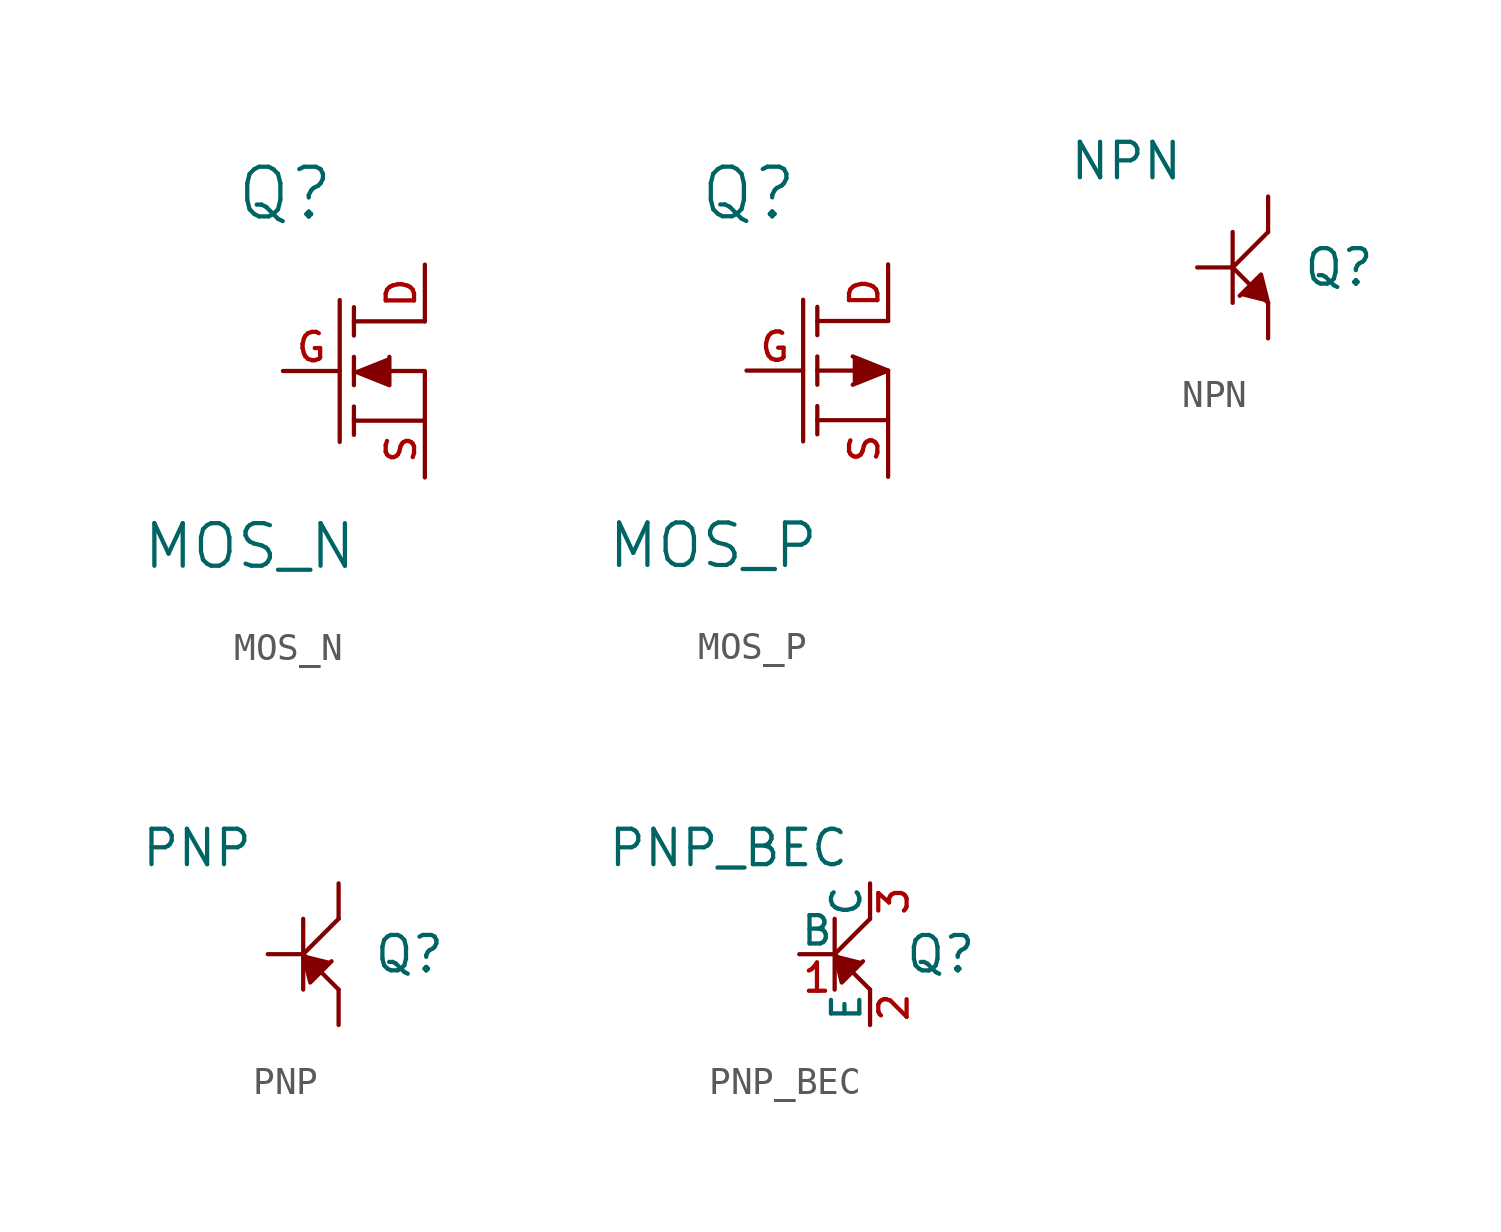
<source format=kicad_sym>
(kicad_symbol_lib
  (version 20220914)
  (generator kicad_symbol_editor)
  (symbol "MOS_N"
    (pin_names
      (offset 0.762) hide)
    (property "Reference" "Q"
      (at -2.464 6.35 0)
      (effects (font (size 1.778 1.778))))
    (property "Value" "MOS_N"
      (at -3.734 -6.274 0)
      (effects (font (size 1.524 1.524))))
    (property "Footprint" ""
      (at 0 0 0)
      (effects (font (size 1.524 1.524))))
    (property "Datasheet" ""
      (at 0 0 0)
      (effects (font (size 1.524 1.524))))
    (symbol "MOS_N_0_1"
      (polyline (pts (xy -0.508 2.54) (xy -0.508 -2.54) (xy -0.508 -2.54)) (stroke (width 0) (type solid)) (fill (type outline)))
      (polyline (pts (xy 0 -2.286) (xy 0 -1.27) (xy 0 -1.27)) (stroke (width 0) (type solid)) (fill (type outline)))
      (polyline (pts (xy 0 -0.508) (xy 0 0.508) (xy 0 0.508)) (stroke (width 0) (type solid)) (fill (type outline)))
      (polyline (pts (xy 0 1.27) (xy 0 2.286) (xy 0 2.286)) (stroke (width 0) (type solid)) (fill (type outline)))
      (polyline (pts (xy 0 1.778) (xy 2.54 1.778) (xy 2.54 1.778)) (stroke (width 0) (type solid)) (fill (type none)))
      (polyline (pts (xy 1.27 0.508) (xy 1.27 -0.508) (xy 0 0) (xy 0 0)) (stroke (width 0) (type solid)) (fill (type outline)))
      (polyline (pts (xy 0 -1.778) (xy 2.54 -1.778) (xy 2.54 0) (xy 1.27 0) (xy 1.27 0)) (stroke (width 0) (type solid)) (fill (type none))))
    (symbol "MOS_N_1_1"
      (pin passive line (at 2.54 3.81 270) (length 2.032) (name "D" (effects (font (size 1.016 1.016)))) (number "D" (effects (font (size 1.016 1.016)))))
      (pin input line (at -2.54 0 0) (length 2.032) (name "G" (effects (font (size 1.016 1.016)))) (number "G" (effects (font (size 1.016 1.016)))))
      (pin passive line (at 2.54 -3.81 90) (length 2.032) (name "S" (effects (font (size 1.016 1.016)))) (number "S" (effects (font (size 1.016 1.016)))))))
  (symbol "MOS_P"
    (pin_names
      (offset 0.762) hide)
    (property "Reference" "Q"
      (at -2.464 6.35 0)
      (effects (font (size 1.778 1.778))))
    (property "Value" "MOS_P"
      (at -3.734 -6.274 0)
      (effects (font (size 1.524 1.524))))
    (property "Footprint" ""
      (at 0 0 0)
      (effects (font (size 1.524 1.524))))
    (property "Datasheet" ""
      (at 0 0 0)
      (effects (font (size 1.524 1.524))))
    (symbol "MOS_P_0_1"
      (polyline (pts (xy -0.508 2.54) (xy -0.508 -2.54) (xy -0.508 -2.54)) (stroke (width 0) (type solid)) (fill (type outline)))
      (polyline (pts (xy 0 -2.286) (xy 0 -1.27) (xy 0 -1.27)) (stroke (width 0) (type solid)) (fill (type outline)))
      (polyline (pts (xy 0 -0.508) (xy 0 0.508) (xy 0 0.508)) (stroke (width 0) (type solid)) (fill (type outline)))
      (polyline (pts (xy 0 1.27) (xy 0 2.286) (xy 0 2.286)) (stroke (width 0) (type solid)) (fill (type outline)))
      (polyline (pts (xy 0 1.778) (xy 2.54 1.778) (xy 2.54 1.778)) (stroke (width 0) (type solid)) (fill (type none)))
      (polyline (pts (xy 1.27 0.508) (xy 2.54 0) (xy 1.27 -0.508) (xy 1.27 -0.508)) (stroke (width 0) (type solid)) (fill (type outline)))
      (polyline (pts (xy 0 -1.778) (xy 2.54 -1.778) (xy 2.54 0) (xy 0 0) (xy 0 0)) (stroke (width 0) (type solid)) (fill (type none))))
    (symbol "MOS_P_1_1"
      (pin passive line (at 2.54 3.81 270) (length 2.032) (name "D" (effects (font (size 1.016 1.016)))) (number "D" (effects (font (size 1.016 1.016)))))
      (pin input line (at -2.54 0 0) (length 2.032) (name "G" (effects (font (size 1.016 1.016)))) (number "G" (effects (font (size 1.016 1.016)))))
      (pin passive line (at 2.54 -3.81 90) (length 2.032) (name "S" (effects (font (size 1.016 1.016)))) (number "S" (effects (font (size 1.016 1.016)))))))
  (symbol "NPN"
    (pin_numbers hide)
    (pin_names
      (offset 0) hide)
    (property "Reference" "Q"
      (at 3.81 0 0)
      (effects (font (size 1.27 1.27))))
    (property "Value" "NPN"
      (at -3.81 3.81 0)
      (effects (font (size 1.27 1.27))))
    (property "Footprint" ""
      (at 0 0 0)
      (effects (font (size 1.524 1.524))))
    (property "Datasheet" ""
      (at 0 0 0)
      (effects (font (size 1.524 1.524))))
    (symbol "NPN_0_1"
      (polyline (pts (xy 0 0) (xy 1.27 -1.27) (xy 1.27 -1.27)) (stroke (width 0) (type solid)) (fill (type outline)))
      (polyline (pts (xy 0 0) (xy 1.27 1.27) (xy 1.27 1.27)) (stroke (width 0) (type solid)) (fill (type outline)))
      (polyline (pts (xy 0 1.27) (xy 0 -1.27) (xy 0 -1.27)) (stroke (width 0) (type solid)) (fill (type outline)))
      (polyline (pts (xy 1.27 -1.27) (xy 1.016 -0.254) (xy 0.254 -1.016) (xy 0.254 -1.016)) (stroke (width 0) (type solid)) (fill (type outline))))
    (symbol "NPN_1_1"
      (pin input line (at -1.27 0 0) (length 1.27) (name "B" (effects (font (size 1.016 1.016)))) (number "B" (effects (font (size 1.016 1.016)))))
      (pin passive line (at 1.27 2.54 270) (length 1.27) (name "C" (effects (font (size 1.016 1.016)))) (number "C" (effects (font (size 1.016 1.016)))))
      (pin passive line (at 1.27 -2.54 90) (length 1.27) (name "E" (effects (font (size 1.016 1.016)))) (number "E" (effects (font (size 1.016 1.016)))))))
  (symbol "PNP"
    (pin_numbers hide)
    (pin_names
      (offset 0) hide)
    (property "Reference" "Q"
      (at 3.81 0 0)
      (effects (font (size 1.27 1.27))))
    (property "Value" "PNP"
      (at -3.81 3.81 0)
      (effects (font (size 1.27 1.27))))
    (property "Footprint" ""
      (at 0 0 0)
      (effects (font (size 1.524 1.524))))
    (property "Datasheet" ""
      (at 0 0 0)
      (effects (font (size 1.524 1.524))))
    (symbol "PNP_0_0"
      (polyline (pts (xy 1.016 -0.254) (xy 0.254 -1.016) (xy 0 0) (xy 0 0)) (stroke (width 0) (type solid)) (fill (type outline))))
    (symbol "PNP_0_1"
      (polyline (pts (xy 0 0) (xy 1.27 -1.27) (xy 1.27 -1.27)) (stroke (width 0) (type solid)) (fill (type outline)))
      (polyline (pts (xy 0 0) (xy 1.27 1.27) (xy 1.27 1.27)) (stroke (width 0) (type solid)) (fill (type outline)))
      (polyline (pts (xy 0 1.27) (xy 0 -1.27) (xy 0 -1.27)) (stroke (width 0) (type solid)) (fill (type outline))))
    (symbol "PNP_1_1"
      (pin input line (at -1.27 0 0) (length 1.27) (name "B" (effects (font (size 1.016 1.016)))) (number "B" (effects (font (size 1.016 1.016)))))
      (pin passive line (at 1.27 2.54 270) (length 1.27) (name "C" (effects (font (size 1.016 1.016)))) (number "C" (effects (font (size 1.016 1.016)))))
      (pin passive line (at 1.27 -2.54 90) (length 1.27) (name "E" (effects (font (size 1.016 1.016)))) (number "E" (effects (font (size 1.016 1.016)))))))
  (symbol "PNP_BEC"
    (pin_names
      (offset 0))
    (property "Reference" "Q"
      (at 3.81 0 0)
      (effects (font (size 1.27 1.27))))
    (property "Value" "PNP_BEC"
      (at -3.81 3.81 0)
      (effects (font (size 1.27 1.27))))
    (property "Footprint" ""
      (at 0 0 0)
      (effects (font (size 1.524 1.524))))
    (property "Datasheet" ""
      (at 0 0 0)
      (effects (font (size 1.524 1.524))))
    (symbol "PNP_BEC_0_1"
      (polyline (pts (xy 0 0) (xy 1.27 -1.27) (xy 1.27 -1.27)) (stroke (width 0) (type solid)) (fill (type outline)))
      (polyline (pts (xy 0 0) (xy 1.27 1.27) (xy 1.27 1.27)) (stroke (width 0) (type solid)) (fill (type outline)))
      (polyline (pts (xy 0 1.27) (xy 0 -1.27) (xy 0 -1.27)) (stroke (width 0) (type solid)) (fill (type outline)))
      (polyline (pts (xy 1.016 -0.254) (xy 0.254 -1.016) (xy 0 0) (xy 0 0)) (stroke (width 0) (type solid)) (fill (type outline))))
    (symbol "PNP_BEC_1_1"
      (pin input line (at -1.27 0 0) (length 1.27) (name "B" (effects (font (size 1.016 1.016)))) (number "1" (effects (font (size 1.016 1.016)))))
      (pin passive line (at 1.27 -2.54 90) (length 1.27) (name "E" (effects (font (size 1.016 1.016)))) (number "2" (effects (font (size 1.016 1.016)))))
      (pin passive line (at 1.27 2.54 270) (length 1.27) (name "C" (effects (font (size 1.016 1.016)))) (number "3" (effects (font (size 1.016 1.016))))))))
</source>
